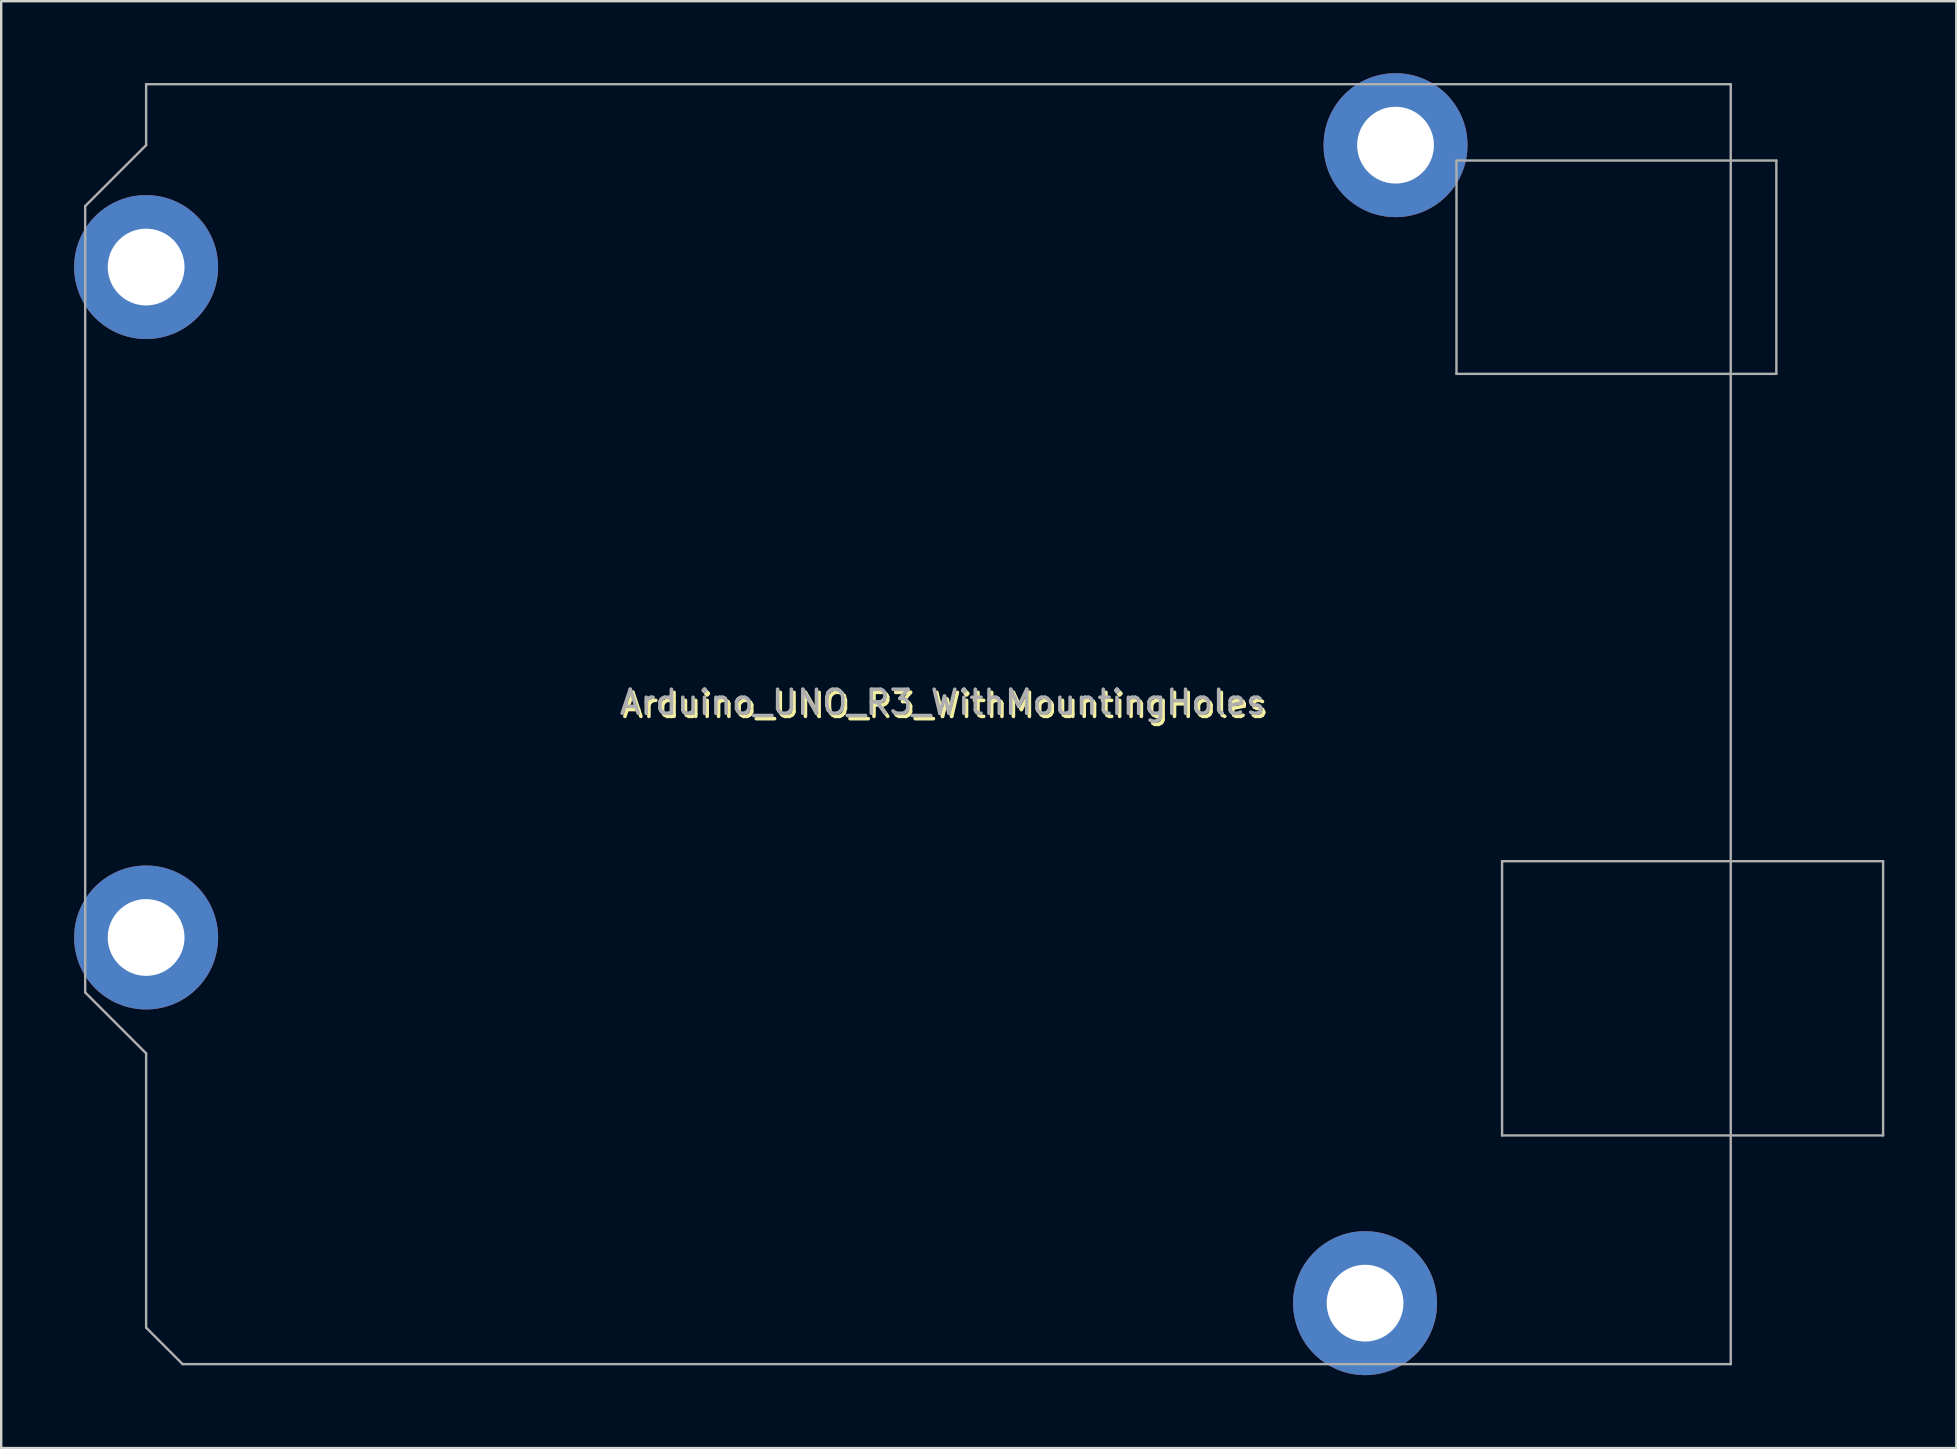
<source format=kicad_pcb>
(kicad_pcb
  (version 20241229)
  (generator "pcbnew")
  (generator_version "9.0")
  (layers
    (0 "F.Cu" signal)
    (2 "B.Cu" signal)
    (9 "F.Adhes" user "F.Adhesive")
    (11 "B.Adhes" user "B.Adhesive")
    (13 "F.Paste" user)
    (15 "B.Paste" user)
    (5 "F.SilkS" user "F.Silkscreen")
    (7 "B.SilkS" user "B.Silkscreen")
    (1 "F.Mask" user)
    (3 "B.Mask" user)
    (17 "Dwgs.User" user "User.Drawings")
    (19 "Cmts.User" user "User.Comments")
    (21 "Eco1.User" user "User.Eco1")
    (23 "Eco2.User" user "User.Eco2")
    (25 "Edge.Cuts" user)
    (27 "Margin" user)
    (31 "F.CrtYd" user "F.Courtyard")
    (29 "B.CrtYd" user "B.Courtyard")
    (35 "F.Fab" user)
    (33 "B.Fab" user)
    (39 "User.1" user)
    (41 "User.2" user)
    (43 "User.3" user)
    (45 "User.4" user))
  (footprint "Arduino_UNO_R3_WithMountingHoles"
    (layer "F.Cu")
    (at 0.25 54.05)
    (property "Reference" "Arduino_UNO_R3_WithMountingHoles" (at 36.1 -27.7 180) (layer "F.SilkS") (effects (font (size 1 1) (thickness 0.15))))
    (attr through_hole)
    (fp_line (start 0.25 -48.51) (end 0.25 -15.74) (stroke (width 0.1) (type solid)) (layer "F.Fab"))
    (fp_line (start 0.25 -15.74) (end 2.79 -13.2) (stroke (width 0.1) (type solid)) (layer "F.Fab"))
    (fp_line (start 2.79 -53.59) (end 2.79 -51.05) (stroke (width 0.1) (type solid)) (layer "F.Fab"))
    (fp_line (start 2.79 -51.05) (end 0.25 -48.51) (stroke (width 0.1) (type solid)) (layer "F.Fab"))
    (fp_line (start 2.79 -13.2) (end 2.79 -1.77) (stroke (width 0.1) (type solid)) (layer "F.Fab"))
    (fp_line (start 2.79 -1.77) (end 4.31 -0.25) (stroke (width 0.1) (type solid)) (layer "F.Fab"))
    (fp_line (start 4.31 -0.25) (end 68.83 -0.25) (stroke (width 0.1) (type solid)) (layer "F.Fab"))
    (fp_line (start 57.4 -50.41) (end 57.4 -41.52) (stroke (width 0.1) (type solid)) (layer "F.Fab"))
    (fp_line (start 57.4 -41.52) (end 70.73 -41.52) (stroke (width 0.1) (type solid)) (layer "F.Fab"))
    (fp_line (start 59.3 -21.21) (end 59.3 -9.78) (stroke (width 0.1) (type solid)) (layer "F.Fab"))
    (fp_line (start 59.3 -9.78) (end 75.18 -9.78) (stroke (width 0.1) (type solid)) (layer "F.Fab"))
    (fp_line (start 68.83 -53.59) (end 2.79 -53.59) (stroke (width 0.1) (type solid)) (layer "F.Fab"))
    (fp_line (start 68.83 -0.25) (end 68.83 -53.59) (stroke (width 0.1) (type solid)) (layer "F.Fab"))
    (fp_line (start 70.73 -50.41) (end 57.4 -50.41) (stroke (width 0.1) (type solid)) (layer "F.Fab"))
    (fp_line (start 70.73 -41.52) (end 70.73 -50.41) (stroke (width 0.1) (type solid)) (layer "F.Fab"))
    (fp_line (start 75.18 -21.21) (end 59.3 -21.21) (stroke (width 0.1) (type solid)) (layer "F.Fab"))
    (fp_line (start 75.18 -9.78) (end 75.18 -21.21) (stroke (width 0.1) (type solid)) (layer "F.Fab"))
    (fp_text user "${REFERENCE}" (at 35.99 -27.83 180) (layer "F.Fab") (effects (font (size 1 1) (thickness 0.15))))
    (pad "" np_thru_hole circle (at 2.79 -45.97 270) (size 6 6) (drill 3.2) (layers "*.Cu" "*.Mask"))
    (pad "" np_thru_hole circle (at 2.79 -18.03 270) (size 6 6) (drill 3.2) (layers "*.Cu" "*.Mask"))
    (pad "" np_thru_hole circle (at 53.59 -2.79 270) (size 6 6) (drill 3.2) (layers "*.Cu" "*.Mask"))
    (pad "" np_thru_hole circle (at 54.86 -51.05 270) (size 6 6) (drill 3.2) (layers "*.Cu" "*.Mask")))
  (gr_rect
    (start -3 -3)
    (end 78.48 57.3)
    (stroke (width 0.1) (type default))
    (fill no)
    (layer "Edge.Cuts")))
</source>
